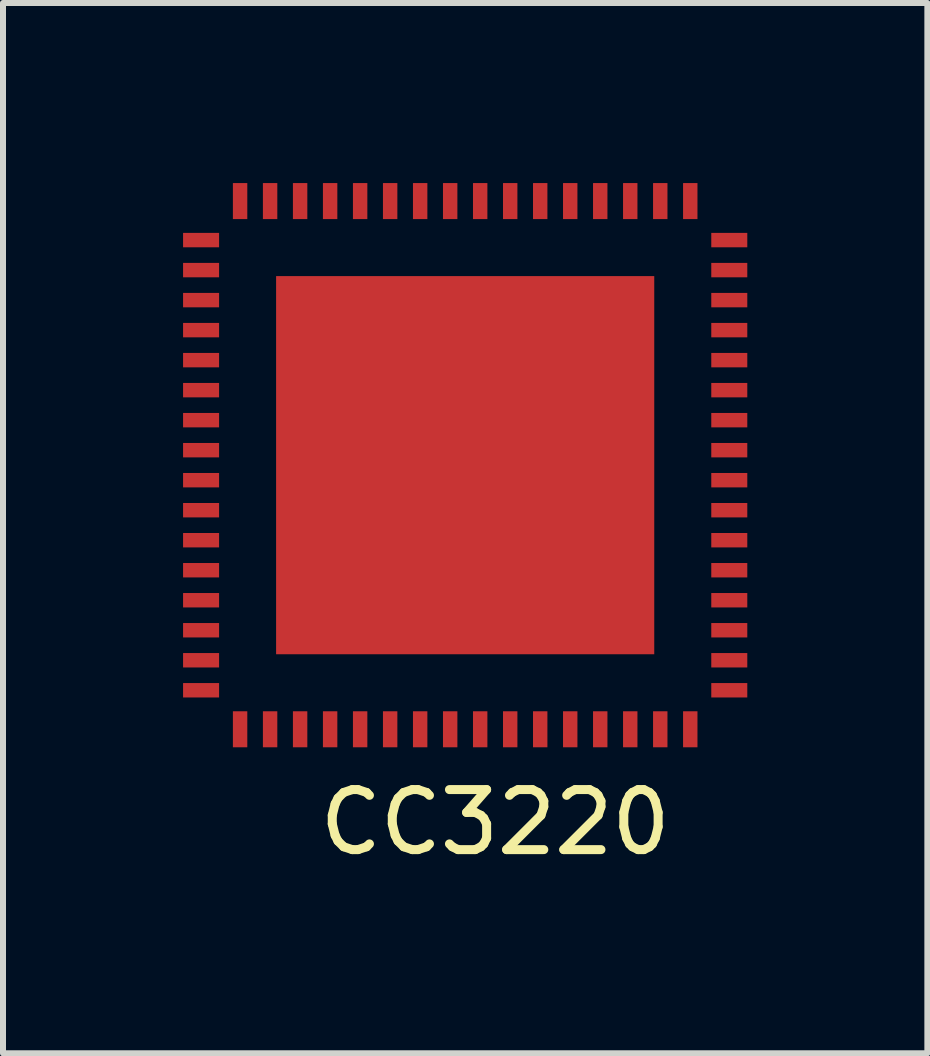
<source format=kicad_pcb>
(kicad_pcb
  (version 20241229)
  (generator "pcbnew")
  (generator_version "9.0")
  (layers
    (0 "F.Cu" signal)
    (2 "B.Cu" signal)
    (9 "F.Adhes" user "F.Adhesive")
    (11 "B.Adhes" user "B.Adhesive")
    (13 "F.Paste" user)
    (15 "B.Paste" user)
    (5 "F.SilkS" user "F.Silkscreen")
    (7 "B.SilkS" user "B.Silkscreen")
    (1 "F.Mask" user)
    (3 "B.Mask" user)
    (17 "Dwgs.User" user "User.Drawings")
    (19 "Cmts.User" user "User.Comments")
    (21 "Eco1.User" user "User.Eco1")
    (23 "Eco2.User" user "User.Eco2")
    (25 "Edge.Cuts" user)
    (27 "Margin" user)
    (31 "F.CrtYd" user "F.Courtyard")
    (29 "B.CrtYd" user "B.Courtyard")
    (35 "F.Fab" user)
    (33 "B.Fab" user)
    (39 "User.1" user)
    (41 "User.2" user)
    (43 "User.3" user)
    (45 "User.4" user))
  (footprint "CC3220"
    (layer "F.Cu")
    (at 4.75 4.7)
    (property "Reference" "CC3220" (at 0.45 5.95 0) (layer "F.SilkS") (effects (font (size 1 1) (thickness 0.15))))
    (attr through_hole)
    (pad "1" smd rect (at -4.45 -3.75 180) (size 0.6 0.24) (layers "F.Cu" "F.Mask" "F.Paste"))
    (pad "2" smd rect (at -4.45 -3.25 180) (size 0.6 0.24) (layers "F.Cu" "F.Mask" "F.Paste"))
    (pad "3" smd rect (at -4.45 -2.75 180) (size 0.6 0.24) (layers "F.Cu" "F.Mask" "F.Paste"))
    (pad "4" smd rect (at -4.45 -2.25 180) (size 0.6 0.24) (layers "F.Cu" "F.Mask" "F.Paste"))
    (pad "5" smd rect (at -4.45 -1.75 180) (size 0.6 0.24) (layers "F.Cu" "F.Mask" "F.Paste"))
    (pad "6" smd rect (at -4.45 -1.25 180) (size 0.6 0.24) (layers "F.Cu" "F.Mask" "F.Paste"))
    (pad "7" smd rect (at -4.45 -0.75 180) (size 0.6 0.24) (layers "F.Cu" "F.Mask" "F.Paste"))
    (pad "8" smd rect (at -4.45 -0.25 180) (size 0.6 0.24) (layers "F.Cu" "F.Mask" "F.Paste"))
    (pad "9" smd rect (at -4.45 0.25 180) (size 0.6 0.24) (layers "F.Cu" "F.Mask" "F.Paste"))
    (pad "10" smd rect (at -4.45 0.75 180) (size 0.6 0.24) (layers "F.Cu" "F.Mask" "F.Paste"))
    (pad "11" smd rect (at -4.45 1.25 180) (size 0.6 0.24) (layers "F.Cu" "F.Mask" "F.Paste"))
    (pad "12" smd rect (at -4.45 1.75 180) (size 0.6 0.24) (layers "F.Cu" "F.Mask" "F.Paste"))
    (pad "13" smd rect (at -4.45 2.25 180) (size 0.6 0.24) (layers "F.Cu" "F.Mask" "F.Paste"))
    (pad "14" smd rect (at -4.45 2.75 180) (size 0.6 0.24) (layers "F.Cu" "F.Mask" "F.Paste"))
    (pad "15" smd rect (at -4.45 3.25 180) (size 0.6 0.24) (layers "F.Cu" "F.Mask" "F.Paste"))
    (pad "16" smd rect (at -4.45 3.75 180) (size 0.6 0.24) (layers "F.Cu" "F.Mask" "F.Paste"))
    (pad "17" smd rect (at -3.8 4.4 270) (size 0.6 0.24) (layers "F.Cu" "F.Mask" "F.Paste"))
    (pad "18" smd rect (at -3.3 4.4 270) (size 0.6 0.24) (layers "F.Cu" "F.Mask" "F.Paste"))
    (pad "19" smd rect (at -2.8 4.4 270) (size 0.6 0.24) (layers "F.Cu" "F.Mask" "F.Paste"))
    (pad "20" smd rect (at -2.3 4.4 270) (size 0.6 0.24) (layers "F.Cu" "F.Mask" "F.Paste"))
    (pad "21" smd rect (at -1.8 4.4 270) (size 0.6 0.24) (layers "F.Cu" "F.Mask" "F.Paste"))
    (pad "22" smd rect (at -1.3 4.4 270) (size 0.6 0.24) (layers "F.Cu" "F.Mask" "F.Paste"))
    (pad "23" smd rect (at -0.8 4.4 270) (size 0.6 0.24) (layers "F.Cu" "F.Mask" "F.Paste"))
    (pad "24" smd rect (at -0.3 4.4 270) (size 0.6 0.24) (layers "F.Cu" "F.Mask" "F.Paste"))
    (pad "25" smd rect (at 0.2 4.4 270) (size 0.6 0.24) (layers "F.Cu" "F.Mask" "F.Paste"))
    (pad "26" smd rect (at 0.7 4.4 270) (size 0.6 0.24) (layers "F.Cu" "F.Mask" "F.Paste"))
    (pad "27" smd rect (at 1.2 4.4 270) (size 0.6 0.24) (layers "F.Cu" "F.Mask" "F.Paste"))
    (pad "28" smd rect (at 1.7 4.4 270) (size 0.6 0.24) (layers "F.Cu" "F.Mask" "F.Paste"))
    (pad "29" smd rect (at 2.2 4.4 270) (size 0.6 0.24) (layers "F.Cu" "F.Mask" "F.Paste"))
    (pad "30" smd rect (at 2.7 4.4 270) (size 0.6 0.24) (layers "F.Cu" "F.Mask" "F.Paste"))
    (pad "31" smd rect (at 3.2 4.4 270) (size 0.6 0.24) (layers "F.Cu" "F.Mask" "F.Paste"))
    (pad "32" smd rect (at 3.7 4.4 270) (size 0.6 0.24) (layers "F.Cu" "F.Mask" "F.Paste"))
    (pad "33" smd rect (at 4.35 3.75) (size 0.6 0.24) (layers "F.Cu" "F.Mask" "F.Paste"))
    (pad "34" smd rect (at 4.35 3.25) (size 0.6 0.24) (layers "F.Cu" "F.Mask" "F.Paste"))
    (pad "35" smd rect (at 4.35 2.75) (size 0.6 0.24) (layers "F.Cu" "F.Mask" "F.Paste"))
    (pad "36" smd rect (at 4.35 2.25) (size 0.6 0.24) (layers "F.Cu" "F.Mask" "F.Paste"))
    (pad "37" smd rect (at 4.35 1.75) (size 0.6 0.24) (layers "F.Cu" "F.Mask" "F.Paste"))
    (pad "38" smd rect (at 4.35 1.25) (size 0.6 0.24) (layers "F.Cu" "F.Mask" "F.Paste"))
    (pad "39" smd rect (at 4.35 0.75) (size 0.6 0.24) (layers "F.Cu" "F.Mask" "F.Paste"))
    (pad "40" smd rect (at 4.35 0.25) (size 0.6 0.24) (layers "F.Cu" "F.Mask" "F.Paste"))
    (pad "41" smd rect (at 4.35 -0.25) (size 0.6 0.24) (layers "F.Cu" "F.Mask" "F.Paste"))
    (pad "42" smd rect (at 4.35 -0.75) (size 0.6 0.24) (layers "F.Cu" "F.Mask" "F.Paste"))
    (pad "43" smd rect (at 4.35 -1.25) (size 0.6 0.24) (layers "F.Cu" "F.Mask" "F.Paste"))
    (pad "44" smd rect (at 4.35 -1.75) (size 0.6 0.24) (layers "F.Cu" "F.Mask" "F.Paste"))
    (pad "45" smd rect (at 4.35 -2.25) (size 0.6 0.24) (layers "F.Cu" "F.Mask" "F.Paste"))
    (pad "46" smd rect (at 4.35 -2.75) (size 0.6 0.24) (layers "F.Cu" "F.Mask" "F.Paste"))
    (pad "47" smd rect (at 4.35 -3.25) (size 0.6 0.24) (layers "F.Cu" "F.Mask" "F.Paste"))
    (pad "48" smd rect (at 4.35 -3.75) (size 0.6 0.24) (layers "F.Cu" "F.Mask" "F.Paste"))
    (pad "49" smd rect (at 3.7 -4.4 90) (size 0.6 0.24) (layers "F.Cu" "F.Mask" "F.Paste"))
    (pad "50" smd rect (at 3.2 -4.4 90) (size 0.6 0.24) (layers "F.Cu" "F.Mask" "F.Paste"))
    (pad "51" smd rect (at 2.7 -4.4 90) (size 0.6 0.24) (layers "F.Cu" "F.Mask" "F.Paste"))
    (pad "52" smd rect (at 2.2 -4.4 90) (size 0.6 0.24) (layers "F.Cu" "F.Mask" "F.Paste"))
    (pad "53" smd rect (at 1.7 -4.4 90) (size 0.6 0.24) (layers "F.Cu" "F.Mask" "F.Paste"))
    (pad "54" smd rect (at 1.2 -4.4 90) (size 0.6 0.24) (layers "F.Cu" "F.Mask" "F.Paste"))
    (pad "55" smd rect (at 0.7 -4.4 90) (size 0.6 0.24) (layers "F.Cu" "F.Mask" "F.Paste"))
    (pad "56" smd rect (at 0.2 -4.4 90) (size 0.6 0.24) (layers "F.Cu" "F.Mask" "F.Paste"))
    (pad "57" smd rect (at -0.3 -4.4 90) (size 0.6 0.24) (layers "F.Cu" "F.Mask" "F.Paste"))
    (pad "58" smd rect (at -0.8 -4.4 90) (size 0.6 0.24) (layers "F.Cu" "F.Mask" "F.Paste"))
    (pad "59" smd rect (at -1.3 -4.4 90) (size 0.6 0.24) (layers "F.Cu" "F.Mask" "F.Paste"))
    (pad "60" smd rect (at -1.8 -4.4 90) (size 0.6 0.24) (layers "F.Cu" "F.Mask" "F.Paste"))
    (pad "61" smd rect (at -2.3 -4.4 90) (size 0.6 0.24) (layers "F.Cu" "F.Mask" "F.Paste"))
    (pad "62" smd rect (at -2.8 -4.4 90) (size 0.6 0.24) (layers "F.Cu" "F.Mask" "F.Paste"))
    (pad "63" smd rect (at -3.3 -4.4 90) (size 0.6 0.24) (layers "F.Cu" "F.Mask" "F.Paste"))
    (pad "64" smd rect (at -3.8 -4.4 90) (size 0.6 0.24) (layers "F.Cu" "F.Mask" "F.Paste"))
    (pad "65" smd rect (at -0.05 0 180) (size 6.3 6.3) (layers "F.Cu" "F.Mask" "F.Paste")))
  (gr_rect
    (start -3 -3)
    (end 12.4 14.498)
    (stroke (width 0.1) (type default))
    (fill no)
    (layer "Edge.Cuts")))
</source>
